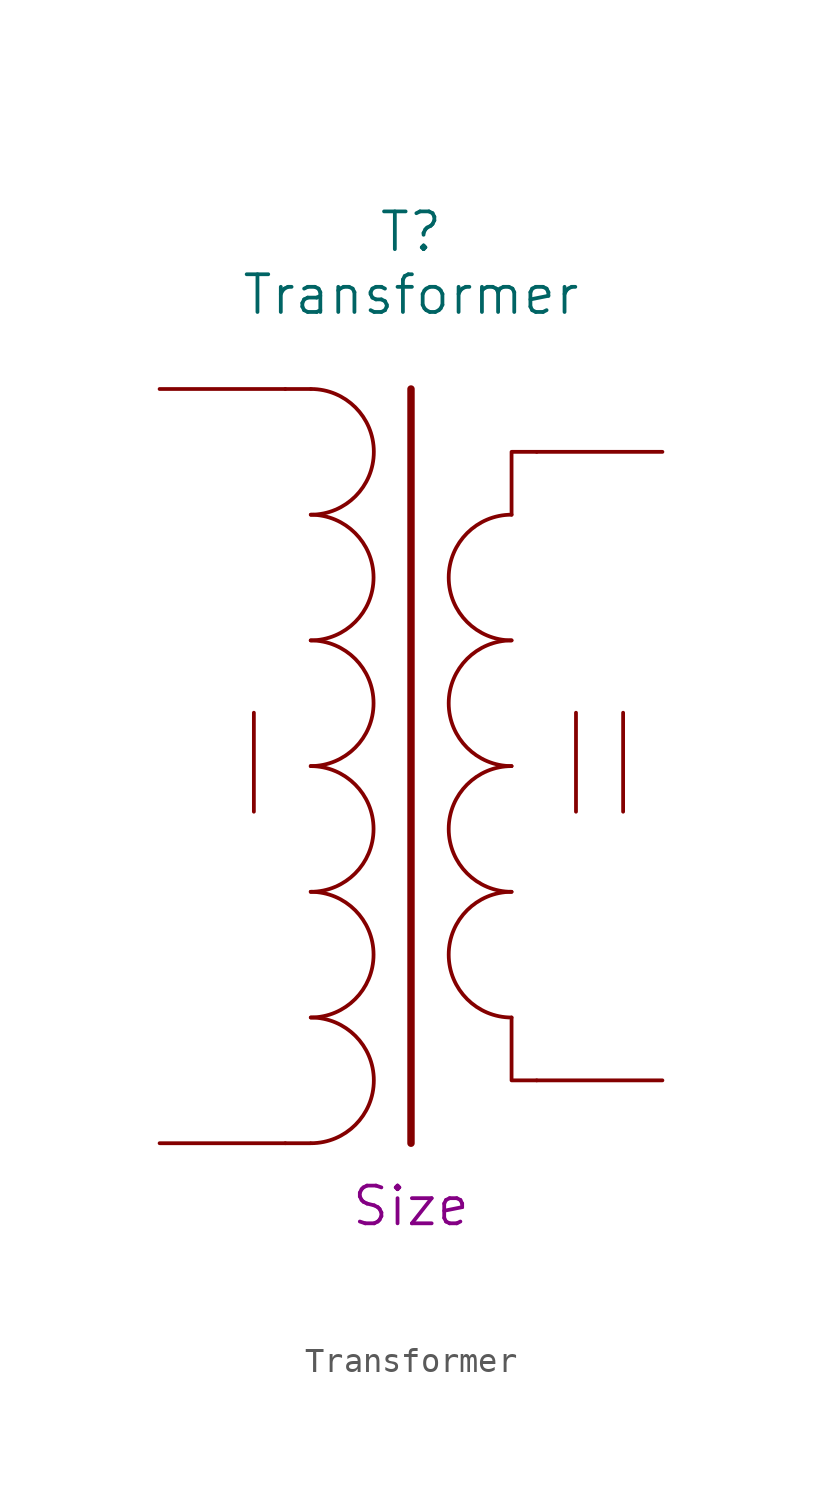
<source format=kicad_sym>
(kicad_symbol_lib
  (version 20220914)
  (generator kicad_symbol_editor)
  (symbol "Transformer"
    (pin_numbers hide)
    (pin_names
      (offset 1.016) hide)
    (property "Reference" "T"
      (at 0 21.59 0)
      (effects (font (size 1.524 1.524))))
    (property "Value" "Transformer"
      (at 0 19.05 0)
      (do_not_autoplace)
      (effects (font (size 1.524 1.524))))
    (property "Size" "Size"
      (at 0 -17.78 0)
      (do_not_autoplace)
      (effects (font (size 1.524 1.524))))
    (symbol "Transformer_0_1"
      (arc (start -4.053 -10.16) (mid -1.524 -7.62) (end -4.053 -5.08) (stroke (width 0) (type solid)) (fill (type none)))
      (arc (start -4.053 -5.08) (mid -1.524 -2.54) (end -4.053 0) (stroke (width 0) (type solid)) (fill (type none)))
      (arc (start -4.053 0) (mid -1.524 2.54) (end -4.053 5.08) (stroke (width 0) (type solid)) (fill (type none)))
      (arc (start -4.042 -15.24) (mid -1.513 -12.7) (end -4.042 -10.16) (stroke (width 0) (type solid)) (fill (type none)))
      (arc (start 4.064 0) (mid 1.535 -2.54) (end 4.064 -5.08) (stroke (width 0) (type solid)) (fill (type none)))
      (arc (start 4.064 5.08) (mid 1.535 2.54) (end 4.064 0) (stroke (width 0) (type solid)) (fill (type none)))
      (arc (start 4.064 10.16) (mid 1.535 7.62) (end 4.064 5.08) (stroke (width 0) (type solid)) (fill (type none))))
    (symbol "Transformer_1_1"
      (arc (start -4.053 5.08) (mid -1.524 7.62) (end -4.053 10.16) (stroke (width 0) (type solid)) (fill (type none)))
      (arc (start -4.042 10.16) (mid -1.513 12.7) (end -4.042 15.24) (stroke (width 0) (type solid)) (fill (type none)))
      (polyline (pts (xy -4.064 -15.24) (xy -5.08 -15.24)) (stroke (width 0) (type default)) (fill (type none)))
      (polyline (pts (xy -4.064 15.24) (xy -5.08 15.24)) (stroke (width 0) (type default)) (fill (type none)))
      (polyline (pts (xy 0 15.24) (xy 0 -15.24)) (stroke (width 0.3) (type default)) (fill (type none)))
      (polyline (pts (xy 4.064 -10.16) (xy 4.064 -12.7) (xy 5.08 -12.7)) (stroke (width 0) (type default)) (fill (type none)))
      (polyline (pts (xy 4.064 10.16) (xy 4.064 12.7) (xy 5.08 12.7)) (stroke (width 0) (type default)) (fill (type none)))
      (arc (start 4.064 -5.08) (mid 1.535 -7.62) (end 4.064 -10.16) (stroke (width 0) (type solid)) (fill (type none)))
      (text "I" (at -6.35 0 0) (effects (font (size 4 4))))
      (text "II" (at 7.62 0 0) (effects (font (size 4 4))))
      (pin passive line (at -10.16 15.24 0) (length 5.08) (name "1" (effects (font (size 1.27 1.27)))) (number "1" (effects (font (size 1.27 1.27)))))
      (pin passive line (at -10.16 -15.24 0) (length 5.08) (name "2" (effects (font (size 1.27 1.27)))) (number "2" (effects (font (size 1.27 1.27)))))
      (pin passive line (at 10.16 12.7 180) (length 5.08) (name "3" (effects (font (size 1.27 1.27)))) (number "3" (effects (font (size 1.27 1.27)))))
      (pin passive line (at 10.16 -12.7 180) (length 5.08) (name "4" (effects (font (size 1.27 1.27)))) (number "4" (effects (font (size 1.27 1.27))))))))
</source>
